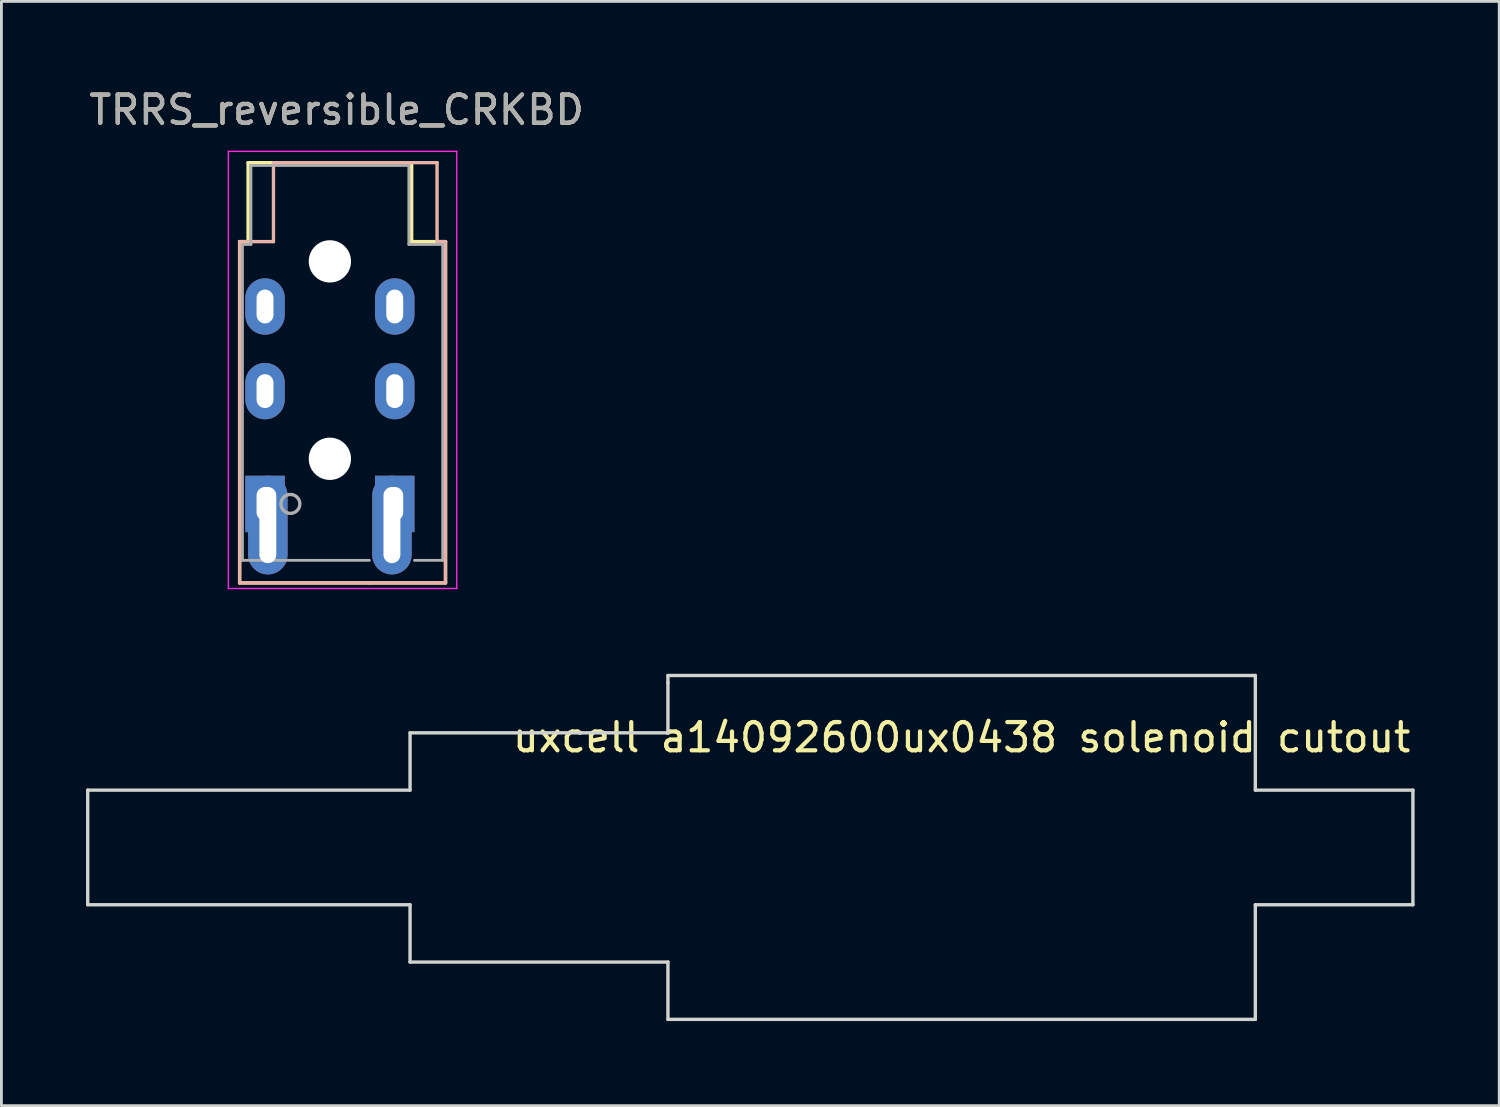
<source format=kicad_pcb>
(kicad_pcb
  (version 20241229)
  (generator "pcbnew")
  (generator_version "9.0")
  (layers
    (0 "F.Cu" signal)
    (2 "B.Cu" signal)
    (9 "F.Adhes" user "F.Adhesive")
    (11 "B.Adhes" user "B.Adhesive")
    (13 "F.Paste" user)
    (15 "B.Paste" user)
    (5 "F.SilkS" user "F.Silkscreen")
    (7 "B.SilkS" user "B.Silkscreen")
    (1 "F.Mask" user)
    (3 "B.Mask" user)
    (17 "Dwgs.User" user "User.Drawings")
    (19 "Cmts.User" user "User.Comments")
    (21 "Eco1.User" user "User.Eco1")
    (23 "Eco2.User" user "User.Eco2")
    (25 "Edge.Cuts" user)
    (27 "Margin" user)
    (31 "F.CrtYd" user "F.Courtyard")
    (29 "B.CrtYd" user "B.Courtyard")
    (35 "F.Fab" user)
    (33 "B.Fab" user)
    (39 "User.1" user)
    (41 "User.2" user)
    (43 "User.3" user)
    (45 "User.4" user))
  (footprint "TRRS_reversible_CRKBD"
    (layer "F.Cu")
    (at 6.347 14.818)
    (property "Reference" "TRRS_reversible_CRKBD" (at 2.54 -13.97 180) (layer "F.SilkS") (effects (font (size 1 1) (thickness 0.15))))
    (attr through_hole)
    (fp_line (start -0.9 -9.3) (end -0.9 2.8) (stroke (width 0.12) (type solid)) (layer "F.SilkS"))
    (fp_line (start -0.9 -9.3) (end -0.6 -9.3) (stroke (width 0.12) (type solid)) (layer "F.SilkS"))
    (fp_line (start -0.9 2.8) (end 3.7 2.8) (stroke (width 0.12) (type solid)) (layer "F.SilkS"))
    (fp_line (start -0.6 -9.3) (end -0.6 -12.1) (stroke (width 0.12) (type solid)) (layer "F.SilkS"))
    (fp_line (start 5.2 -12.1) (end -0.6 -12.1) (stroke (width 0.12) (type solid)) (layer "F.SilkS"))
    (fp_line (start 5.2 -9.3) (end 5.2 -12.1) (stroke (width 0.12) (type solid)) (layer "F.SilkS"))
    (fp_line (start 5.2 -9.3) (end 6.4 -9.3) (stroke (width 0.12) (type solid)) (layer "F.SilkS"))
    (fp_line (start 6.4 -9.3) (end 6.4 2.8) (stroke (width 0.12) (type solid)) (layer "F.SilkS"))
    (fp_line (start 6.4 2.8) (end 3.7 2.8) (stroke (width 0.12) (type solid)) (layer "F.SilkS"))
    (fp_line (start -0.9 -9.3) (end -0.9 2.8) (stroke (width 0.12) (type solid)) (layer "B.SilkS"))
    (fp_line (start -0.9 2.8) (end 1.8 2.8) (stroke (width 0.12) (type solid)) (layer "B.SilkS"))
    (fp_line (start 0.3 -12.1) (end 6.1 -12.1) (stroke (width 0.12) (type solid)) (layer "B.SilkS"))
    (fp_line (start 0.3 -9.3) (end -0.9 -9.3) (stroke (width 0.12) (type solid)) (layer "B.SilkS"))
    (fp_line (start 0.3 -9.3) (end 0.3 -12.1) (stroke (width 0.12) (type solid)) (layer "B.SilkS"))
    (fp_line (start 6.1 -9.3) (end 6.1 -12.1) (stroke (width 0.12) (type solid)) (layer "B.SilkS"))
    (fp_line (start 6.4 -9.3) (end 6.1 -9.3) (stroke (width 0.12) (type solid)) (layer "B.SilkS"))
    (fp_line (start 6.4 -9.3) (end 6.4 2.8) (stroke (width 0.12) (type solid)) (layer "B.SilkS"))
    (fp_line (start 6.4 2.8) (end 1.8 2.8) (stroke (width 0.12) (type solid)) (layer "B.SilkS"))
    (fp_line (start -1.3 -12.5) (end -1.3 3) (stroke (width 0.05) (type solid)) (layer "F.CrtYd"))
    (fp_line (start -1.3 -12.5) (end 6.8 -12.5) (stroke (width 0.05) (type solid)) (layer "F.CrtYd"))
    (fp_line (start -1.3 3) (end 6.8 3) (stroke (width 0.05) (type solid)) (layer "F.CrtYd"))
    (fp_line (start 6.8 -12.5) (end 6.8 3) (stroke (width 0.05) (type solid)) (layer "F.CrtYd"))
    (fp_line (start -0.8 -9.2) (end -0.5 -9.2) (stroke (width 0.1) (type solid)) (layer "F.Fab"))
    (fp_line (start -0.8 2) (end -0.8 -9.2) (stroke (width 0.1) (type solid)) (layer "F.Fab"))
    (fp_line (start -0.5 -12) (end 5.1 -12) (stroke (width 0.1) (type solid)) (layer "F.Fab"))
    (fp_line (start -0.5 -9.2) (end -0.5 -12) (stroke (width 0.1) (type solid)) (layer "F.Fab"))
    (fp_line (start 3.7 2) (end -0.8 2) (stroke (width 0.1) (type solid)) (layer "F.Fab"))
    (fp_line (start 5.1 -12) (end 5.1 -9.2) (stroke (width 0.1) (type solid)) (layer "F.Fab"))
    (fp_line (start 5.1 -9.2) (end 6.3 -9.2) (stroke (width 0.1) (type solid)) (layer "F.Fab"))
    (fp_line (start 6.3 -9.2) (end 6.3 2) (stroke (width 0.1) (type solid)) (layer "F.Fab"))
    (fp_line (start 6.3 2) (end 5.3 2) (stroke (width 0.1) (type solid)) (layer "F.Fab"))
    (fp_circle (center 0.9 0) (end 1.2 0.15) (stroke (width 0.12) (type solid)) (fill no) (layer "F.Fab"))
    (fp_text user "${REFERENCE}" (at 2.54 -13.97 180) (layer "F.Fab") (effects (font (size 1 1) (thickness 0.15))))
    (pad "" np_thru_hole oval (at 2.3 -8.6 270) (size 1.5 1.5) (drill oval 1.5) (layers "*.Cu" "*.Mask"))
    (pad "" np_thru_hole oval (at 2.3 -1.6 270) (size 1.5 1.5) (drill oval 1.5) (layers "*.Cu" "*.Mask"))
    (pad "1" thru_hole rect (at 0 0 270) (size 2 1.4) (drill oval 1.2 0.6) (layers "*.Cu" "*.Mask"))
    (pad "1" thru_hole oval (at 0.1 0.75 270) (size 3.5 1.4) (drill oval 2.7 0.6) (layers "*.Cu" "*.Mask"))
    (pad "1" thru_hole oval (at 4.5 0.75 270) (size 3.5 1.4) (drill oval 2.7 0.6) (layers "*.Cu" "*.Mask"))
    (pad "1" thru_hole rect (at 4.6 0 270) (size 2 1.4) (drill oval 1.2 0.6) (layers "*.Cu" "*.Mask"))
    (pad "2" thru_hole oval (at 0 -4 270) (size 2 1.4) (drill oval 1.2 0.6) (layers "*.Cu" "*.Mask"))
    (pad "2" thru_hole oval (at 4.6 -4 270) (size 2 1.4) (drill oval 1.2 0.6) (layers "*.Cu" "*.Mask"))
    (pad "3" thru_hole oval (at 0 -7 270) (size 2 1.4) (drill oval 1.2 0.6) (layers "*.Cu" "*.Mask"))
    (pad "3" thru_hole oval (at 4.6 -7 270) (size 2 1.4) (drill oval 1.2 0.6) (layers "*.Cu" "*.Mask")))
  (footprint "uxcell a14092600ux0438 solenoid cutout"
    (layer "F.Cu")
    (at 31.048 26.999)
    (property "Reference" "uxcell a14092600ux0438 solenoid cutout" (at 0 -3.9 0) (layer "F.SilkS") (effects (font (size 1 1) (thickness 0.15))))
    (fp_line (start -30.325 -1.525) (end -30.325 1.475) (stroke (width 0.12) (type solid)) (layer "Eco1.User"))
    (fp_line (start -30.325 1.475) (end -19 1.475) (stroke (width 0.12) (type solid)) (layer "Eco1.User"))
    (fp_line (start -30.3 0) (end -25.8 -0.025) (stroke (width 0.12) (type solid)) (layer "Eco1.User"))
    (fp_line (start -25.8 -0.025) (end -25.8 1.475) (stroke (width 0.12) (type solid)) (layer "Eco1.User"))
    (fp_line (start -25.8 1.475) (end -25.8 -1.525) (stroke (width 0.12) (type solid)) (layer "Eco1.User"))
    (fp_line (start -19 -3.5) (end -19 -1.525) (stroke (width 0.12) (type solid)) (layer "Eco1.User"))
    (fp_line (start -19 -1.525) (end -30.325 -1.525) (stroke (width 0.12) (type solid)) (layer "Eco1.User"))
    (fp_line (start -19 1.475) (end -19 3.5) (stroke (width 0.12) (type solid)) (layer "Eco1.User"))
    (fp_line (start -19 3.5) (end -10.025 3.5) (stroke (width 0.12) (type solid)) (layer "Eco1.User"))
    (fp_line (start -10 -3.5) (end -19 -3.5) (stroke (width 0.12) (type solid)) (layer "Eco1.User"))
    (fp_line (start 10 -1.5) (end 15.5 -1.5) (stroke (width 0.12) (type solid)) (layer "Eco1.User"))
    (fp_line (start 10 1.5) (end 15.5 1.5) (stroke (width 0.12) (type solid)) (layer "Eco1.User"))
    (fp_line (start 11 -1.5) (end 11 1.5) (stroke (width 0.12) (type solid)) (layer "Eco1.User"))
    (fp_line (start 15.5 -1.5) (end 15.5 1.5) (stroke (width 0.12) (type solid)) (layer "Eco1.User"))
    (fp_rect (start -11 -1.5) (end 11 1.5) (stroke (width 0.12) (type solid)) (fill no) (layer "Eco1.User"))
    (fp_rect (start -10 -5.5) (end 10 5.5) (stroke (width 0.12) (type solid)) (fill no) (layer "Eco1.User"))
    (fp_rect (start -5 -3) (end 5 3) (stroke (width 0.12) (type solid)) (fill no) (layer "Eco1.User"))
    (fp_rect (start 1 3) (end -5 -1.5) (stroke (width 0.12) (type solid)) (fill no) (layer "Eco1.User"))
    (fp_rect (start 5 1.5) (end -1 -3) (stroke (width 0.12) (type solid)) (fill no) (layer "Eco1.User"))
    (fp_circle (center -28.075 -0.075) (end -28.1 1) (stroke (width 0.12) (type solid)) (fill no) (layer "Eco1.User"))
    (fp_circle (center -5 -3) (end -4.318 -4.064) (stroke (width 0.12) (type default)) (fill no) (layer "Eco1.User"))
    (fp_circle (center -5 3) (end -4.826 1.778) (stroke (width 0.12) (type default)) (fill no) (layer "Eco1.User"))
    (fp_circle (center -1 1.5) (end -0.254 0.508) (stroke (width 0.12) (type default)) (fill no) (layer "Eco1.User"))
    (fp_circle (center 1 -1.5) (end 1.778 -2.54) (stroke (width 0.12) (type default)) (fill no) (layer "Eco1.User"))
    (fp_circle (center 5 -3) (end 5.08 -4.318) (stroke (width 0.12) (type default)) (fill no) (layer "Eco1.User"))
    (fp_circle (center 5 3) (end 6.096 2.286) (stroke (width 0.12) (type default)) (fill no) (layer "Eco1.User"))
    (fp_circle (center 13.3 0.025) (end 13.275 1.1) (stroke (width 0.12) (type solid)) (fill no) (layer "Eco1.User"))
    (fp_line (start -30.988 -2.032) (end -30.988 2.032) (stroke (width 0.12) (type default)) (layer "Edge.Cuts"))
    (fp_line (start -30.988 2.032) (end -19.558 2.032) (stroke (width 0.12) (type default)) (layer "Edge.Cuts"))
    (fp_line (start -19.558 -4.064) (end -19.558 -2.032) (stroke (width 0.12) (type default)) (layer "Edge.Cuts"))
    (fp_line (start -19.558 -2.032) (end -30.988 -2.032) (stroke (width 0.12) (type default)) (layer "Edge.Cuts"))
    (fp_line (start -19.558 2.032) (end -19.558 4.064) (stroke (width 0.12) (type default)) (layer "Edge.Cuts"))
    (fp_line (start -19.558 4.064) (end -10.414 4.064) (stroke (width 0.12) (type default)) (layer "Edge.Cuts"))
    (fp_line (start -10.414 -6.096) (end -10.414 -5.842) (stroke (width 0.12) (type default)) (layer "Edge.Cuts"))
    (fp_line (start -10.414 -5.842) (end -10.414 -4.064) (stroke (width 0.12) (type default)) (layer "Edge.Cuts"))
    (fp_line (start -10.414 -4.064) (end -19.558 -4.064) (stroke (width 0.12) (type default)) (layer "Edge.Cuts"))
    (fp_line (start -10.414 4.064) (end -10.414 6.096) (stroke (width 0.12) (type default)) (layer "Edge.Cuts"))
    (fp_line (start -10.414 6.096) (end 10.414 6.096) (stroke (width 0.12) (type default)) (layer "Edge.Cuts"))
    (fp_line (start 10.414 -6.096) (end -10.414 -6.096) (stroke (width 0.12) (type default)) (layer "Edge.Cuts"))
    (fp_line (start 10.414 -2.032) (end 10.414 -6.096) (stroke (width 0.12) (type default)) (layer "Edge.Cuts"))
    (fp_line (start 10.414 2.032) (end 16.002 2.032) (stroke (width 0.12) (type default)) (layer "Edge.Cuts"))
    (fp_line (start 10.414 6.096) (end 10.414 2.032) (stroke (width 0.12) (type default)) (layer "Edge.Cuts"))
    (fp_line (start 16.002 -2.032) (end 10.414 -2.032) (stroke (width 0.12) (type default)) (layer "Edge.Cuts"))
    (fp_line (start 16.002 2.032) (end 16.002 -2.032) (stroke (width 0.12) (type default)) (layer "Edge.Cuts"))
    (fp_text user "${REFERENCE}" (at 0 4.65 0) (unlocked yes) (layer "Eco1.User") (effects (font (size 1 1) (thickness 0.15))))
    (fp_text user "!" (at -28.075 0 0) (layer "Eco1.User") (effects (font (size 1.5 1.5) (thickness 0.15))))
    (fp_text user "!" (at 13.3 0.1 0) (layer "Eco1.User") (effects (font (size 1.5 1.5) (thickness 0.15)))))
  (gr_rect
    (start -3 -3)
    (end 50.11 36.155)
    (stroke (width 0.1) (type default))
    (fill no)
    (layer "Edge.Cuts")))
</source>
